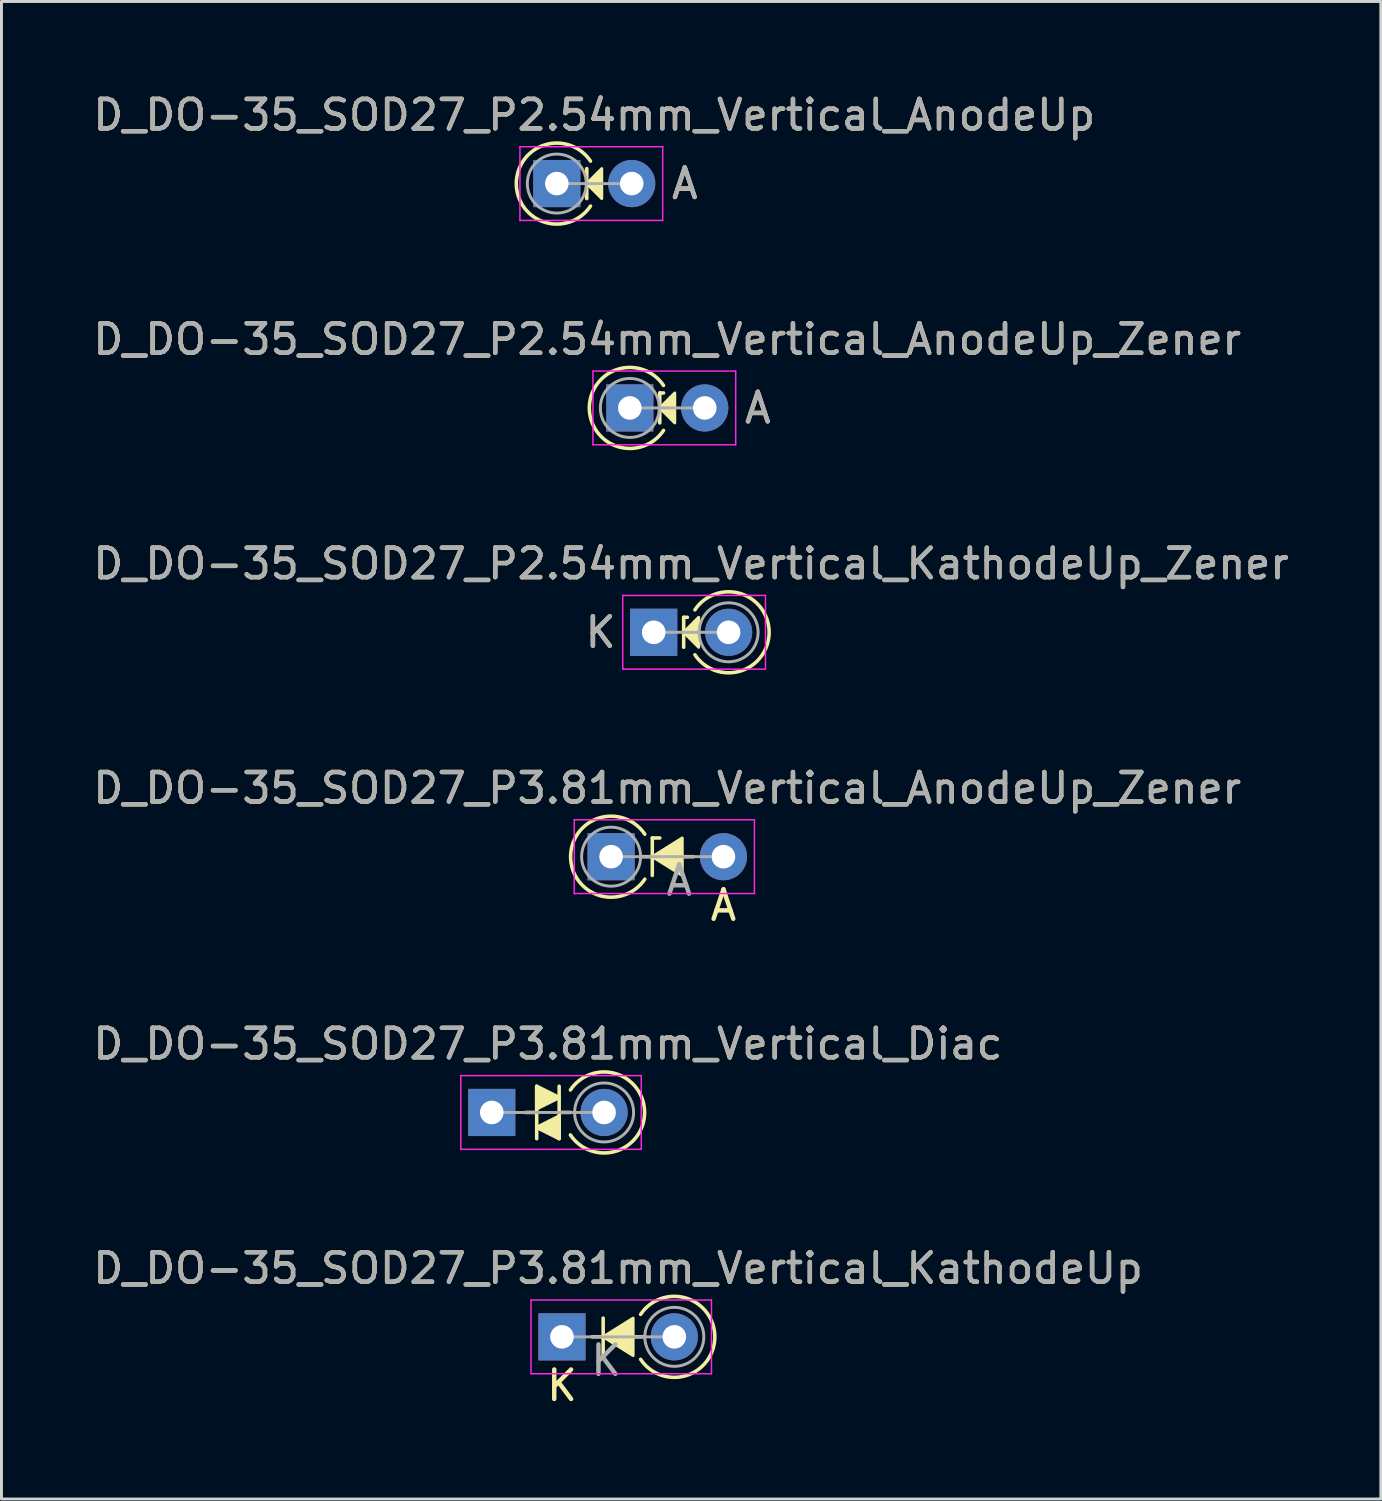
<source format=kicad_pcb>
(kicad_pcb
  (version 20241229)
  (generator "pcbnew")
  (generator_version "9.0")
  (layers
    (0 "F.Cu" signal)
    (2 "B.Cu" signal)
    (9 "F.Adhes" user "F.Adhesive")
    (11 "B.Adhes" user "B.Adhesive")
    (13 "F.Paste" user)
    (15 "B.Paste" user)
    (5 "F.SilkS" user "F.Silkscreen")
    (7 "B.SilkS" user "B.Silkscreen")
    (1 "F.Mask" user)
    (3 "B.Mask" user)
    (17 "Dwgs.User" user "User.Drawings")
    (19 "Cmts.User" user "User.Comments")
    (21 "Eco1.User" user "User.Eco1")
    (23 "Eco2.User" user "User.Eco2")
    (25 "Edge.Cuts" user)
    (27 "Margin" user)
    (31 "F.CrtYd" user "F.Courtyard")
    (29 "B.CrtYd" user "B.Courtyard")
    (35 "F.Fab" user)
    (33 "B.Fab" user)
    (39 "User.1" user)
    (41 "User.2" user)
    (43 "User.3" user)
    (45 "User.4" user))
  (footprint "D_DO-35_SOD27_P2.54mm_Vertical_AnodeUp"
    (layer "F.Cu")
    (at 15.831 3.175)
    (property "Reference" "D_DO-35_SOD27_P2.54mm_Vertical_AnodeUp" (at 1.27 -2.326 0) (layer "F.SilkS") (effects (font (size 1 1) (thickness 0.15))))
    (attr through_hole)
    (fp_line (start 1.016 -0.508) (end 1.016 0.508) (stroke (width 0.12) (type solid)) (layer "F.SilkS"))
    (fp_arc (start 1.142999 0.761999) (mid -1.373714 0) (end 1.142999 -0.761999) (stroke (width 0.12) (type solid)) (layer "F.SilkS"))
    (fp_poly (pts (xy 1.524 0.508) (xy 1.016 0) (xy 1.524 -0.508)) (stroke (width 0.1) (type solid)) (fill yes) (layer "F.SilkS"))
    (fp_line (start -1.25 -1.25) (end -1.25 1.25) (stroke (width 0.05) (type solid)) (layer "F.CrtYd"))
    (fp_line (start -1.25 1.25) (end 3.59 1.25) (stroke (width 0.05) (type solid)) (layer "F.CrtYd"))
    (fp_line (start 3.59 -1.25) (end -1.25 -1.25) (stroke (width 0.05) (type solid)) (layer "F.CrtYd"))
    (fp_line (start 3.59 1.25) (end 3.59 -1.25) (stroke (width 0.05) (type solid)) (layer "F.CrtYd"))
    (fp_line (start 0 0) (end 2.54 0) (stroke (width 0.1) (type solid)) (layer "F.Fab"))
    (fp_circle (center 0 0) (end 1 0) (stroke (width 0.1) (type solid)) (fill no) (layer "F.Fab"))
    (fp_text user "A" (at 4.34 0 0) (layer "F.SilkS") (effects (font (size 1 1) (thickness 0.15))))
    (fp_text user "A" (at 4.34 0 0) (layer "F.Fab") (effects (font (size 1 1) (thickness 0.15))))
    (fp_text user "${REFERENCE}" (at 1.27 -2.326 0) (layer "F.Fab") (effects (font (size 1 1) (thickness 0.15))))
    (pad "1" thru_hole rect (at 0 0) (size 1.6 1.6) (drill 0.8) (layers "*.Cu" "*.Mask"))
    (pad "2" thru_hole oval (at 2.54 0) (size 1.6 1.6) (drill 0.8) (layers "*.Cu" "*.Mask")))
  (footprint "D_DO-35_SOD27_P3.81mm_Vertical_KathodeUp"
    (layer "F.Cu")
    (at 16.006 42.282)
    (property "Reference" "D_DO-35_SOD27_P3.81mm_Vertical_KathodeUp" (at 1.905 -2.326 0) (layer "F.SilkS") (effects (font (size 1 1) (thickness 0.15))))
    (fp_line (start 1.397 -0.635) (end 1.397 0.635) (stroke (width 0.12) (type solid)) (layer "F.SilkS"))
    (fp_line (start 2.794 0) (end 1.016 0) (stroke (width 0.12) (type solid)) (layer "F.SilkS"))
    (fp_arc (start 2.667 -0.761998) (mid 5.183713 0.000001) (end 2.667 0.762) (stroke (width 0.12) (type solid)) (layer "F.SilkS"))
    (fp_poly (pts (xy 2.413 0.635) (xy 1.397 0) (xy 2.413 -0.635)) (stroke (width 0.1) (type solid)) (fill yes) (layer "F.SilkS"))
    (fp_line (start -1.05 -1.25) (end -1.05 1.25) (stroke (width 0.05) (type solid)) (layer "F.CrtYd"))
    (fp_line (start -1.05 1.25) (end 5.07 1.25) (stroke (width 0.05) (type solid)) (layer "F.CrtYd"))
    (fp_line (start 5.07 -1.25) (end -1.05 -1.25) (stroke (width 0.05) (type solid)) (layer "F.CrtYd"))
    (fp_line (start 5.07 1.25) (end 5.07 -1.25) (stroke (width 0.05) (type solid)) (layer "F.CrtYd"))
    (fp_line (start 0 0) (end 3.81 0) (stroke (width 0.1) (type solid)) (layer "F.Fab"))
    (fp_circle (center 3.81 0) (end 4.81 0) (stroke (width 0.1) (type solid)) (fill no) (layer "F.Fab"))
    (fp_text user "K" (at 0 1.651 0) (layer "F.SilkS") (effects (font (size 1 1) (thickness 0.15))))
    (fp_text user "K" (at 1.5 0.8 0) (layer "F.Fab") (effects (font (size 1 1) (thickness 0.15))))
    (fp_text user "${REFERENCE}" (at 1.905 -2.326 0) (layer "F.Fab") (effects (font (size 1 1) (thickness 0.15))))
    (pad "1" thru_hole rect (at 0 0) (size 1.6 1.6) (drill 0.8) (layers "*.Cu" "*.Mask"))
    (pad "2" thru_hole oval (at 3.81 0) (size 1.6 1.6) (drill 0.8) (layers "*.Cu" "*.Mask")))
  (footprint "D_DO-35_SOD27_P3.81mm_Vertical_AnodeUp_Zener"
    (layer "F.Cu")
    (at 17.672 26)
    (property "Reference" "D_DO-35_SOD27_P3.81mm_Vertical_AnodeUp_Zener" (at 1.905 -2.326 0) (layer "F.SilkS") (effects (font (size 1 1) (thickness 0.15))))
    (attr through_hole)
    (fp_line (start 1.397 -0.635) (end 1.397 0.635) (stroke (width 0.12) (type solid)) (layer "F.SilkS"))
    (fp_line (start 1.397 -0.635) (end 1.651 -0.635) (stroke (width 0.12) (type solid)) (layer "F.SilkS"))
    (fp_line (start 2.794 0) (end 1.016 0) (stroke (width 0.12) (type solid)) (layer "F.SilkS"))
    (fp_arc (start 1.142999 0.761999) (mid -1.373714 0) (end 1.142999 -0.761999) (stroke (width 0.12) (type solid)) (layer "F.SilkS"))
    (fp_poly (pts (xy 2.413 0.635) (xy 1.397 0) (xy 2.413 -0.635)) (stroke (width 0.1) (type solid)) (fill yes) (layer "F.SilkS"))
    (fp_line (start -1.25 -1.25) (end -1.25 1.25) (stroke (width 0.05) (type solid)) (layer "F.CrtYd"))
    (fp_line (start -1.25 1.25) (end 4.86 1.25) (stroke (width 0.05) (type solid)) (layer "F.CrtYd"))
    (fp_line (start 4.86 -1.25) (end -1.25 -1.25) (stroke (width 0.05) (type solid)) (layer "F.CrtYd"))
    (fp_line (start 4.86 1.25) (end 4.86 -1.25) (stroke (width 0.05) (type solid)) (layer "F.CrtYd"))
    (fp_line (start 0 0) (end 3.81 0) (stroke (width 0.1) (type solid)) (layer "F.Fab"))
    (fp_circle (center 0 0) (end 1 0) (stroke (width 0.1) (type solid)) (fill no) (layer "F.Fab"))
    (fp_text user "A" (at 3.81 1.651 0) (layer "F.SilkS") (effects (font (size 1 1) (thickness 0.15))))
    (fp_text user "A" (at 2.31 0.8 0) (layer "F.Fab") (effects (font (size 1 1) (thickness 0.15))))
    (fp_text user "${REFERENCE}" (at 1.905 -2.326 0) (layer "F.Fab") (effects (font (size 1 1) (thickness 0.15))))
    (pad "1" thru_hole rect (at 0 0) (size 1.6 1.6) (drill 0.8) (layers "*.Cu" "*.Mask"))
    (pad "2" thru_hole oval (at 3.81 0) (size 1.6 1.6) (drill 0.8) (layers "*.Cu" "*.Mask")))
  (footprint "D_DO-35_SOD27_P2.54mm_Vertical_AnodeUp_Zener"
    (layer "F.Cu")
    (at 18.307 10.783)
    (property "Reference" "D_DO-35_SOD27_P2.54mm_Vertical_AnodeUp_Zener" (at 1.27 -2.326 0) (layer "F.SilkS") (effects (font (size 1 1) (thickness 0.15))))
    (attr through_hole)
    (fp_line (start 1.016 -0.508) (end 1.016 0.508) (stroke (width 0.12) (type solid)) (layer "F.SilkS"))
    (fp_line (start 1.016 -0.508) (end 1.143 -0.508) (stroke (width 0.12) (type solid)) (layer "F.SilkS"))
    (fp_arc (start 1.142999 0.761999) (mid -1.373714 0) (end 1.142999 -0.761999) (stroke (width 0.12) (type solid)) (layer "F.SilkS"))
    (fp_poly (pts (xy 1.524 0.508) (xy 1.016 0) (xy 1.524 -0.508)) (stroke (width 0.1) (type solid)) (fill yes) (layer "F.SilkS"))
    (fp_line (start -1.25 -1.25) (end -1.25 1.25) (stroke (width 0.05) (type solid)) (layer "F.CrtYd"))
    (fp_line (start -1.25 1.25) (end 3.59 1.25) (stroke (width 0.05) (type solid)) (layer "F.CrtYd"))
    (fp_line (start 3.59 -1.25) (end -1.25 -1.25) (stroke (width 0.05) (type solid)) (layer "F.CrtYd"))
    (fp_line (start 3.59 1.25) (end 3.59 -1.25) (stroke (width 0.05) (type solid)) (layer "F.CrtYd"))
    (fp_line (start 0 0) (end 2.54 0) (stroke (width 0.1) (type solid)) (layer "F.Fab"))
    (fp_circle (center 0 0) (end 1 0) (stroke (width 0.1) (type solid)) (fill no) (layer "F.Fab"))
    (fp_text user "A" (at 4.34 0 0) (layer "F.SilkS") (effects (font (size 1 1) (thickness 0.15))))
    (fp_text user "A" (at 4.34 0 0) (layer "F.Fab") (effects (font (size 1 1) (thickness 0.15))))
    (fp_text user "${REFERENCE}" (at 1.27 -2.326 0) (layer "F.Fab") (effects (font (size 1 1) (thickness 0.15))))
    (pad "1" thru_hole rect (at 0 0) (size 1.6 1.6) (drill 0.8) (layers "*.Cu" "*.Mask"))
    (pad "2" thru_hole oval (at 2.54 0) (size 1.6 1.6) (drill 0.8) (layers "*.Cu" "*.Mask")))
  (footprint "D_DO-35_SOD27_P3.81mm_Vertical_Diac"
    (layer "F.Cu")
    (at 13.625 34.673)
    (property "Reference" "D_DO-35_SOD27_P3.81mm_Vertical_Diac" (at 1.905 -2.326 0) (layer "F.SilkS") (effects (font (size 1 1) (thickness 0.15))))
    (fp_line (start 1.143 0) (end 1.524 0) (stroke (width 0.12) (type solid)) (layer "F.SilkS"))
    (fp_line (start 1.524 -0.889) (end 1.524 0.889) (stroke (width 0.12) (type solid)) (layer "F.SilkS"))
    (fp_line (start 2.286 -0.889) (end 2.286 0.889) (stroke (width 0.12) (type solid)) (layer "F.SilkS"))
    (fp_line (start 2.667 0) (end 2.286 0) (stroke (width 0.12) (type solid)) (layer "F.SilkS"))
    (fp_arc (start 2.667 -0.761998) (mid 5.183713 0.000001) (end 2.667 0.762) (stroke (width 0.12) (type solid)) (layer "F.SilkS"))
    (fp_poly (pts (xy 2.286 -0.508) (xy 1.524 -0.127) (xy 1.524 -0.889)) (stroke (width 0.12) (type solid)) (fill yes) (layer "F.SilkS"))
    (fp_poly (pts (xy 2.286 0.889) (xy 1.524 0.508) (xy 2.286 0.127)) (stroke (width 0.12) (type solid)) (fill yes) (layer "F.SilkS"))
    (fp_line (start -1.05 -1.25) (end -1.05 1.25) (stroke (width 0.05) (type solid)) (layer "F.CrtYd"))
    (fp_line (start -1.05 1.25) (end 5.07 1.25) (stroke (width 0.05) (type solid)) (layer "F.CrtYd"))
    (fp_line (start 5.07 -1.25) (end -1.05 -1.25) (stroke (width 0.05) (type solid)) (layer "F.CrtYd"))
    (fp_line (start 5.07 1.25) (end 5.07 -1.25) (stroke (width 0.05) (type solid)) (layer "F.CrtYd"))
    (fp_line (start 0 0) (end 3.81 0) (stroke (width 0.1) (type solid)) (layer "F.Fab"))
    (fp_circle (center 3.81 0) (end 4.81 0) (stroke (width 0.1) (type solid)) (fill no) (layer "F.Fab"))
    (fp_text user "${REFERENCE}" (at 1.905 -2.326 0) (layer "F.Fab") (effects (font (size 1 1) (thickness 0.15))))
    (pad "1" thru_hole rect (at 0 0) (size 1.6 1.6) (drill 0.8) (layers "*.Cu" "*.Mask"))
    (pad "2" thru_hole oval (at 3.81 0) (size 1.6 1.6) (drill 0.8) (layers "*.Cu" "*.Mask")))
  (footprint "D_DO-35_SOD27_P2.54mm_Vertical_KathodeUp_Zener"
    (layer "F.Cu")
    (at 19.117 18.391)
    (property "Reference" "D_DO-35_SOD27_P2.54mm_Vertical_KathodeUp_Zener" (at 1.27 -2.326 0) (layer "F.SilkS") (effects (font (size 1 1) (thickness 0.15))))
    (attr through_hole)
    (fp_line (start 1.016 -0.508) (end 1.016 0.508) (stroke (width 0.12) (type solid)) (layer "F.SilkS"))
    (fp_line (start 1.016 -0.508) (end 1.143 -0.508) (stroke (width 0.12) (type solid)) (layer "F.SilkS"))
    (fp_arc (start 1.397 -0.761998) (mid 3.913713 0.000001) (end 1.397 0.762) (stroke (width 0.12) (type solid)) (layer "F.SilkS"))
    (fp_poly (pts (xy 1.524 0.508) (xy 1.016 0) (xy 1.524 -0.508)) (stroke (width 0.1) (type solid)) (fill yes) (layer "F.SilkS"))
    (fp_line (start -1.05 -1.25) (end -1.05 1.25) (stroke (width 0.05) (type solid)) (layer "F.CrtYd"))
    (fp_line (start -1.05 1.25) (end 3.79 1.25) (stroke (width 0.05) (type solid)) (layer "F.CrtYd"))
    (fp_line (start 3.79 -1.25) (end -1.05 -1.25) (stroke (width 0.05) (type solid)) (layer "F.CrtYd"))
    (fp_line (start 3.79 1.25) (end 3.79 -1.25) (stroke (width 0.05) (type solid)) (layer "F.CrtYd"))
    (fp_line (start 0 0) (end 2.54 0) (stroke (width 0.1) (type solid)) (layer "F.Fab"))
    (fp_circle (center 2.54 0) (end 3.54 0) (stroke (width 0.1) (type solid)) (fill no) (layer "F.Fab"))
    (fp_text user "K" (at -1.8 0 0) (layer "F.SilkS") (effects (font (size 1 1) (thickness 0.15))))
    (fp_text user "K" (at -1.8 0 0) (layer "F.Fab") (effects (font (size 1 1) (thickness 0.15))))
    (fp_text user "${REFERENCE}" (at 1.27 -2.326 0) (layer "F.Fab") (effects (font (size 1 1) (thickness 0.15))))
    (pad "1" thru_hole rect (at 0 0) (size 1.6 1.6) (drill 0.8) (layers "*.Cu" "*.Mask"))
    (pad "2" thru_hole oval (at 2.54 0) (size 1.6 1.6) (drill 0.8) (layers "*.Cu" "*.Mask")))
  (gr_rect
    (start -3 -3)
    (end 43.774 47.781)
    (stroke (width 0.1) (type default))
    (fill no)
    (layer "Edge.Cuts")))
</source>
